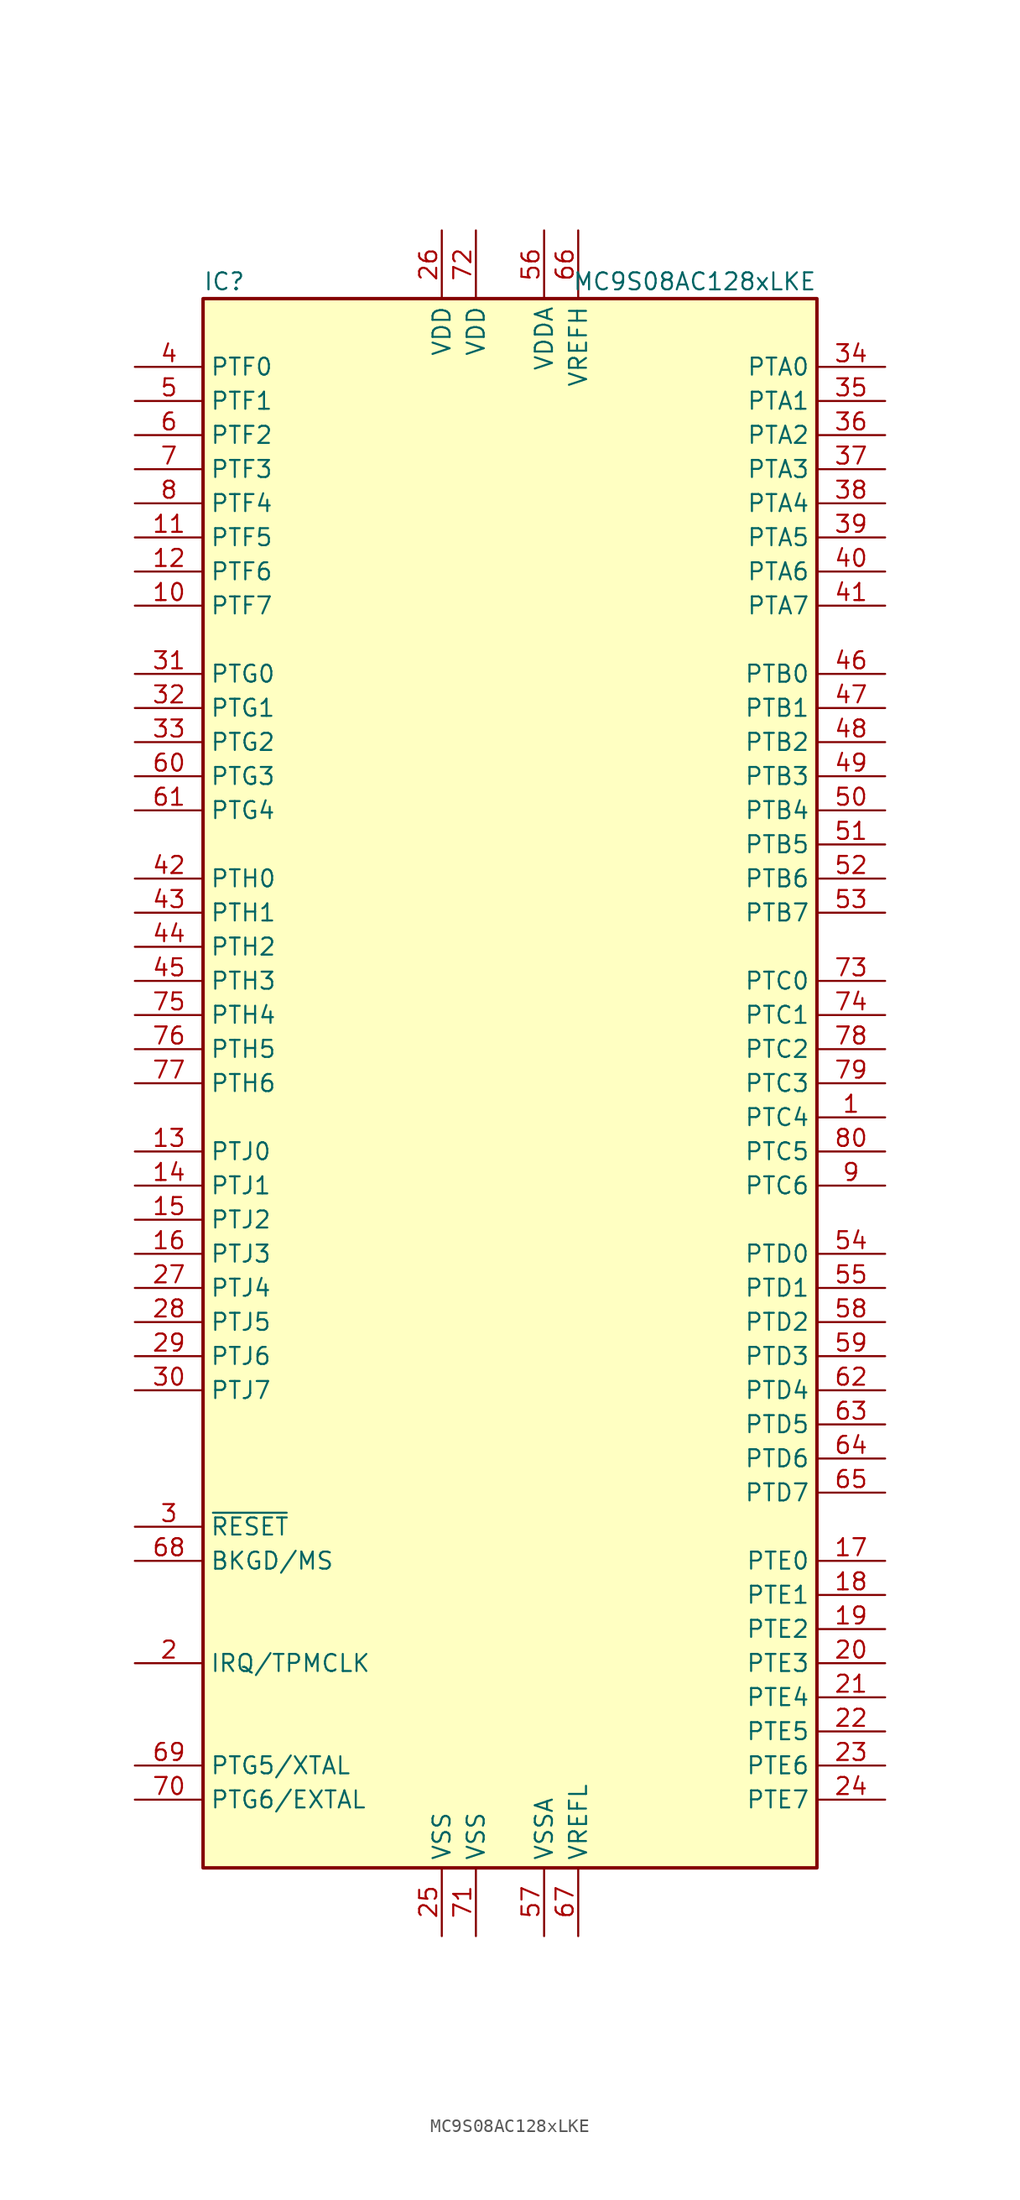
<source format=kicad_sym>
(kicad_symbol_lib
  (version 20211014)
  (generator kicad_symbol_editor)
  (symbol "MC9S08AC128xLKE"
    (property "Reference" "IC"
      (at -22.86 59.69 0)
      (effects (font (size 1.27 1.27)) (justify left)))
    (property "Value" "MC9S08AC128xLKE"
      (at 22.86 59.69 0)
      (effects (font (size 1.27 1.27)) (justify right)))
    (symbol "MC9S08AC128xLKE_0_1"
      (rectangle (start -22.86 58.42) (end 22.86 -58.42) (stroke (width 0.254) (type default) (color 0 0 0 0)) (fill (type background))))
    (symbol "MC9S08AC128xLKE_1_1"
      (pin bidirectional line (at 27.94 -2.54 180) (length 5.08) (name "PTC4" (effects (font (size 1.27 1.27)))) (number "1" (effects (font (size 1.27 1.27)))))
      (pin bidirectional line (at -27.94 35.56 0) (length 5.08) (name "PTF7" (effects (font (size 1.27 1.27)))) (number "10" (effects (font (size 1.27 1.27)))))
      (pin bidirectional line (at -27.94 40.64 0) (length 5.08) (name "PTF5" (effects (font (size 1.27 1.27)))) (number "11" (effects (font (size 1.27 1.27)))))
      (pin bidirectional line (at -27.94 38.1 0) (length 5.08) (name "PTF6" (effects (font (size 1.27 1.27)))) (number "12" (effects (font (size 1.27 1.27)))))
      (pin bidirectional line (at -27.94 -5.08 0) (length 5.08) (name "PTJ0" (effects (font (size 1.27 1.27)))) (number "13" (effects (font (size 1.27 1.27)))))
      (pin bidirectional line (at -27.94 -7.62 0) (length 5.08) (name "PTJ1" (effects (font (size 1.27 1.27)))) (number "14" (effects (font (size 1.27 1.27)))))
      (pin bidirectional line (at -27.94 -10.16 0) (length 5.08) (name "PTJ2" (effects (font (size 1.27 1.27)))) (number "15" (effects (font (size 1.27 1.27)))))
      (pin bidirectional line (at -27.94 -12.7 0) (length 5.08) (name "PTJ3" (effects (font (size 1.27 1.27)))) (number "16" (effects (font (size 1.27 1.27)))))
      (pin bidirectional line (at 27.94 -35.56 180) (length 5.08) (name "PTE0" (effects (font (size 1.27 1.27)))) (number "17" (effects (font (size 1.27 1.27)))))
      (pin bidirectional line (at 27.94 -38.1 180) (length 5.08) (name "PTE1" (effects (font (size 1.27 1.27)))) (number "18" (effects (font (size 1.27 1.27)))))
      (pin bidirectional line (at 27.94 -40.64 180) (length 5.08) (name "PTE2" (effects (font (size 1.27 1.27)))) (number "19" (effects (font (size 1.27 1.27)))))
      (pin input line (at -27.94 -43.18 0) (length 5.08) (name "IRQ/TPMCLK" (effects (font (size 1.27 1.27)))) (number "2" (effects (font (size 1.27 1.27)))))
      (pin bidirectional line (at 27.94 -43.18 180) (length 5.08) (name "PTE3" (effects (font (size 1.27 1.27)))) (number "20" (effects (font (size 1.27 1.27)))))
      (pin bidirectional line (at 27.94 -45.72 180) (length 5.08) (name "PTE4" (effects (font (size 1.27 1.27)))) (number "21" (effects (font (size 1.27 1.27)))))
      (pin bidirectional line (at 27.94 -48.26 180) (length 5.08) (name "PTE5" (effects (font (size 1.27 1.27)))) (number "22" (effects (font (size 1.27 1.27)))))
      (pin bidirectional line (at 27.94 -50.8 180) (length 5.08) (name "PTE6" (effects (font (size 1.27 1.27)))) (number "23" (effects (font (size 1.27 1.27)))))
      (pin bidirectional line (at 27.94 -53.34 180) (length 5.08) (name "PTE7" (effects (font (size 1.27 1.27)))) (number "24" (effects (font (size 1.27 1.27)))))
      (pin power_in line (at -5.08 -63.5 90) (length 5.08) (name "VSS" (effects (font (size 1.27 1.27)))) (number "25" (effects (font (size 1.27 1.27)))))
      (pin power_in line (at -5.08 63.5 270) (length 5.08) (name "VDD" (effects (font (size 1.27 1.27)))) (number "26" (effects (font (size 1.27 1.27)))))
      (pin bidirectional line (at -27.94 -15.24 0) (length 5.08) (name "PTJ4" (effects (font (size 1.27 1.27)))) (number "27" (effects (font (size 1.27 1.27)))))
      (pin bidirectional line (at -27.94 -17.78 0) (length 5.08) (name "PTJ5" (effects (font (size 1.27 1.27)))) (number "28" (effects (font (size 1.27 1.27)))))
      (pin bidirectional line (at -27.94 -20.32 0) (length 5.08) (name "PTJ6" (effects (font (size 1.27 1.27)))) (number "29" (effects (font (size 1.27 1.27)))))
      (pin input line (at -27.94 -33.02 0) (length 5.08) (name "~{RESET}" (effects (font (size 1.27 1.27)))) (number "3" (effects (font (size 1.27 1.27)))))
      (pin bidirectional line (at -27.94 -22.86 0) (length 5.08) (name "PTJ7" (effects (font (size 1.27 1.27)))) (number "30" (effects (font (size 1.27 1.27)))))
      (pin bidirectional line (at -27.94 30.48 0) (length 5.08) (name "PTG0" (effects (font (size 1.27 1.27)))) (number "31" (effects (font (size 1.27 1.27)))))
      (pin bidirectional line (at -27.94 27.94 0) (length 5.08) (name "PTG1" (effects (font (size 1.27 1.27)))) (number "32" (effects (font (size 1.27 1.27)))))
      (pin bidirectional line (at -27.94 25.4 0) (length 5.08) (name "PTG2" (effects (font (size 1.27 1.27)))) (number "33" (effects (font (size 1.27 1.27)))))
      (pin bidirectional line (at 27.94 53.34 180) (length 5.08) (name "PTA0" (effects (font (size 1.27 1.27)))) (number "34" (effects (font (size 1.27 1.27)))))
      (pin bidirectional line (at 27.94 50.8 180) (length 5.08) (name "PTA1" (effects (font (size 1.27 1.27)))) (number "35" (effects (font (size 1.27 1.27)))))
      (pin bidirectional line (at 27.94 48.26 180) (length 5.08) (name "PTA2" (effects (font (size 1.27 1.27)))) (number "36" (effects (font (size 1.27 1.27)))))
      (pin bidirectional line (at 27.94 45.72 180) (length 5.08) (name "PTA3" (effects (font (size 1.27 1.27)))) (number "37" (effects (font (size 1.27 1.27)))))
      (pin bidirectional line (at 27.94 43.18 180) (length 5.08) (name "PTA4" (effects (font (size 1.27 1.27)))) (number "38" (effects (font (size 1.27 1.27)))))
      (pin bidirectional line (at 27.94 40.64 180) (length 5.08) (name "PTA5" (effects (font (size 1.27 1.27)))) (number "39" (effects (font (size 1.27 1.27)))))
      (pin bidirectional line (at -27.94 53.34 0) (length 5.08) (name "PTF0" (effects (font (size 1.27 1.27)))) (number "4" (effects (font (size 1.27 1.27)))))
      (pin bidirectional line (at 27.94 38.1 180) (length 5.08) (name "PTA6" (effects (font (size 1.27 1.27)))) (number "40" (effects (font (size 1.27 1.27)))))
      (pin bidirectional line (at 27.94 35.56 180) (length 5.08) (name "PTA7" (effects (font (size 1.27 1.27)))) (number "41" (effects (font (size 1.27 1.27)))))
      (pin bidirectional line (at -27.94 15.24 0) (length 5.08) (name "PTH0" (effects (font (size 1.27 1.27)))) (number "42" (effects (font (size 1.27 1.27)))))
      (pin bidirectional line (at -27.94 12.7 0) (length 5.08) (name "PTH1" (effects (font (size 1.27 1.27)))) (number "43" (effects (font (size 1.27 1.27)))))
      (pin bidirectional line (at -27.94 10.16 0) (length 5.08) (name "PTH2" (effects (font (size 1.27 1.27)))) (number "44" (effects (font (size 1.27 1.27)))))
      (pin bidirectional line (at -27.94 7.62 0) (length 5.08) (name "PTH3" (effects (font (size 1.27 1.27)))) (number "45" (effects (font (size 1.27 1.27)))))
      (pin bidirectional line (at 27.94 30.48 180) (length 5.08) (name "PTB0" (effects (font (size 1.27 1.27)))) (number "46" (effects (font (size 1.27 1.27)))))
      (pin bidirectional line (at 27.94 27.94 180) (length 5.08) (name "PTB1" (effects (font (size 1.27 1.27)))) (number "47" (effects (font (size 1.27 1.27)))))
      (pin bidirectional line (at 27.94 25.4 180) (length 5.08) (name "PTB2" (effects (font (size 1.27 1.27)))) (number "48" (effects (font (size 1.27 1.27)))))
      (pin bidirectional line (at 27.94 22.86 180) (length 5.08) (name "PTB3" (effects (font (size 1.27 1.27)))) (number "49" (effects (font (size 1.27 1.27)))))
      (pin bidirectional line (at -27.94 50.8 0) (length 5.08) (name "PTF1" (effects (font (size 1.27 1.27)))) (number "5" (effects (font (size 1.27 1.27)))))
      (pin bidirectional line (at 27.94 20.32 180) (length 5.08) (name "PTB4" (effects (font (size 1.27 1.27)))) (number "50" (effects (font (size 1.27 1.27)))))
      (pin bidirectional line (at 27.94 17.78 180) (length 5.08) (name "PTB5" (effects (font (size 1.27 1.27)))) (number "51" (effects (font (size 1.27 1.27)))))
      (pin bidirectional line (at 27.94 15.24 180) (length 5.08) (name "PTB6" (effects (font (size 1.27 1.27)))) (number "52" (effects (font (size 1.27 1.27)))))
      (pin bidirectional line (at 27.94 12.7 180) (length 5.08) (name "PTB7" (effects (font (size 1.27 1.27)))) (number "53" (effects (font (size 1.27 1.27)))))
      (pin bidirectional line (at 27.94 -12.7 180) (length 5.08) (name "PTD0" (effects (font (size 1.27 1.27)))) (number "54" (effects (font (size 1.27 1.27)))))
      (pin bidirectional line (at 27.94 -15.24 180) (length 5.08) (name "PTD1" (effects (font (size 1.27 1.27)))) (number "55" (effects (font (size 1.27 1.27)))))
      (pin power_in line (at 2.54 63.5 270) (length 5.08) (name "VDDA" (effects (font (size 1.27 1.27)))) (number "56" (effects (font (size 1.27 1.27)))))
      (pin power_in line (at 2.54 -63.5 90) (length 5.08) (name "VSSA" (effects (font (size 1.27 1.27)))) (number "57" (effects (font (size 1.27 1.27)))))
      (pin bidirectional line (at 27.94 -17.78 180) (length 5.08) (name "PTD2" (effects (font (size 1.27 1.27)))) (number "58" (effects (font (size 1.27 1.27)))))
      (pin bidirectional line (at 27.94 -20.32 180) (length 5.08) (name "PTD3" (effects (font (size 1.27 1.27)))) (number "59" (effects (font (size 1.27 1.27)))))
      (pin bidirectional line (at -27.94 48.26 0) (length 5.08) (name "PTF2" (effects (font (size 1.27 1.27)))) (number "6" (effects (font (size 1.27 1.27)))))
      (pin bidirectional line (at -27.94 22.86 0) (length 5.08) (name "PTG3" (effects (font (size 1.27 1.27)))) (number "60" (effects (font (size 1.27 1.27)))))
      (pin bidirectional line (at -27.94 20.32 0) (length 5.08) (name "PTG4" (effects (font (size 1.27 1.27)))) (number "61" (effects (font (size 1.27 1.27)))))
      (pin bidirectional line (at 27.94 -22.86 180) (length 5.08) (name "PTD4" (effects (font (size 1.27 1.27)))) (number "62" (effects (font (size 1.27 1.27)))))
      (pin bidirectional line (at 27.94 -25.4 180) (length 5.08) (name "PTD5" (effects (font (size 1.27 1.27)))) (number "63" (effects (font (size 1.27 1.27)))))
      (pin bidirectional line (at 27.94 -27.94 180) (length 5.08) (name "PTD6" (effects (font (size 1.27 1.27)))) (number "64" (effects (font (size 1.27 1.27)))))
      (pin bidirectional line (at 27.94 -30.48 180) (length 5.08) (name "PTD7" (effects (font (size 1.27 1.27)))) (number "65" (effects (font (size 1.27 1.27)))))
      (pin power_in line (at 5.08 63.5 270) (length 5.08) (name "VREFH" (effects (font (size 1.27 1.27)))) (number "66" (effects (font (size 1.27 1.27)))))
      (pin power_in line (at 5.08 -63.5 90) (length 5.08) (name "VREFL" (effects (font (size 1.27 1.27)))) (number "67" (effects (font (size 1.27 1.27)))))
      (pin bidirectional line (at -27.94 -35.56 0) (length 5.08) (name "BKGD/MS" (effects (font (size 1.27 1.27)))) (number "68" (effects (font (size 1.27 1.27)))))
      (pin bidirectional line (at -27.94 -50.8 0) (length 5.08) (name "PTG5/XTAL" (effects (font (size 1.27 1.27)))) (number "69" (effects (font (size 1.27 1.27)))))
      (pin bidirectional line (at -27.94 45.72 0) (length 5.08) (name "PTF3" (effects (font (size 1.27 1.27)))) (number "7" (effects (font (size 1.27 1.27)))))
      (pin bidirectional line (at -27.94 -53.34 0) (length 5.08) (name "PTG6/EXTAL" (effects (font (size 1.27 1.27)))) (number "70" (effects (font (size 1.27 1.27)))))
      (pin power_in line (at -2.54 -63.5 90) (length 5.08) (name "VSS" (effects (font (size 1.27 1.27)))) (number "71" (effects (font (size 1.27 1.27)))))
      (pin power_in line (at -2.54 63.5 270) (length 5.08) (name "VDD" (effects (font (size 1.27 1.27)))) (number "72" (effects (font (size 1.27 1.27)))))
      (pin bidirectional line (at 27.94 7.62 180) (length 5.08) (name "PTC0" (effects (font (size 1.27 1.27)))) (number "73" (effects (font (size 1.27 1.27)))))
      (pin bidirectional line (at 27.94 5.08 180) (length 5.08) (name "PTC1" (effects (font (size 1.27 1.27)))) (number "74" (effects (font (size 1.27 1.27)))))
      (pin bidirectional line (at -27.94 5.08 0) (length 5.08) (name "PTH4" (effects (font (size 1.27 1.27)))) (number "75" (effects (font (size 1.27 1.27)))))
      (pin bidirectional line (at -27.94 2.54 0) (length 5.08) (name "PTH5" (effects (font (size 1.27 1.27)))) (number "76" (effects (font (size 1.27 1.27)))))
      (pin bidirectional line (at -27.94 0 0) (length 5.08) (name "PTH6" (effects (font (size 1.27 1.27)))) (number "77" (effects (font (size 1.27 1.27)))))
      (pin bidirectional line (at 27.94 2.54 180) (length 5.08) (name "PTC2" (effects (font (size 1.27 1.27)))) (number "78" (effects (font (size 1.27 1.27)))))
      (pin bidirectional line (at 27.94 0 180) (length 5.08) (name "PTC3" (effects (font (size 1.27 1.27)))) (number "79" (effects (font (size 1.27 1.27)))))
      (pin bidirectional line (at -27.94 43.18 0) (length 5.08) (name "PTF4" (effects (font (size 1.27 1.27)))) (number "8" (effects (font (size 1.27 1.27)))))
      (pin bidirectional line (at 27.94 -5.08 180) (length 5.08) (name "PTC5" (effects (font (size 1.27 1.27)))) (number "80" (effects (font (size 1.27 1.27)))))
      (pin bidirectional line (at 27.94 -7.62 180) (length 5.08) (name "PTC6" (effects (font (size 1.27 1.27)))) (number "9" (effects (font (size 1.27 1.27))))))))
</source>
